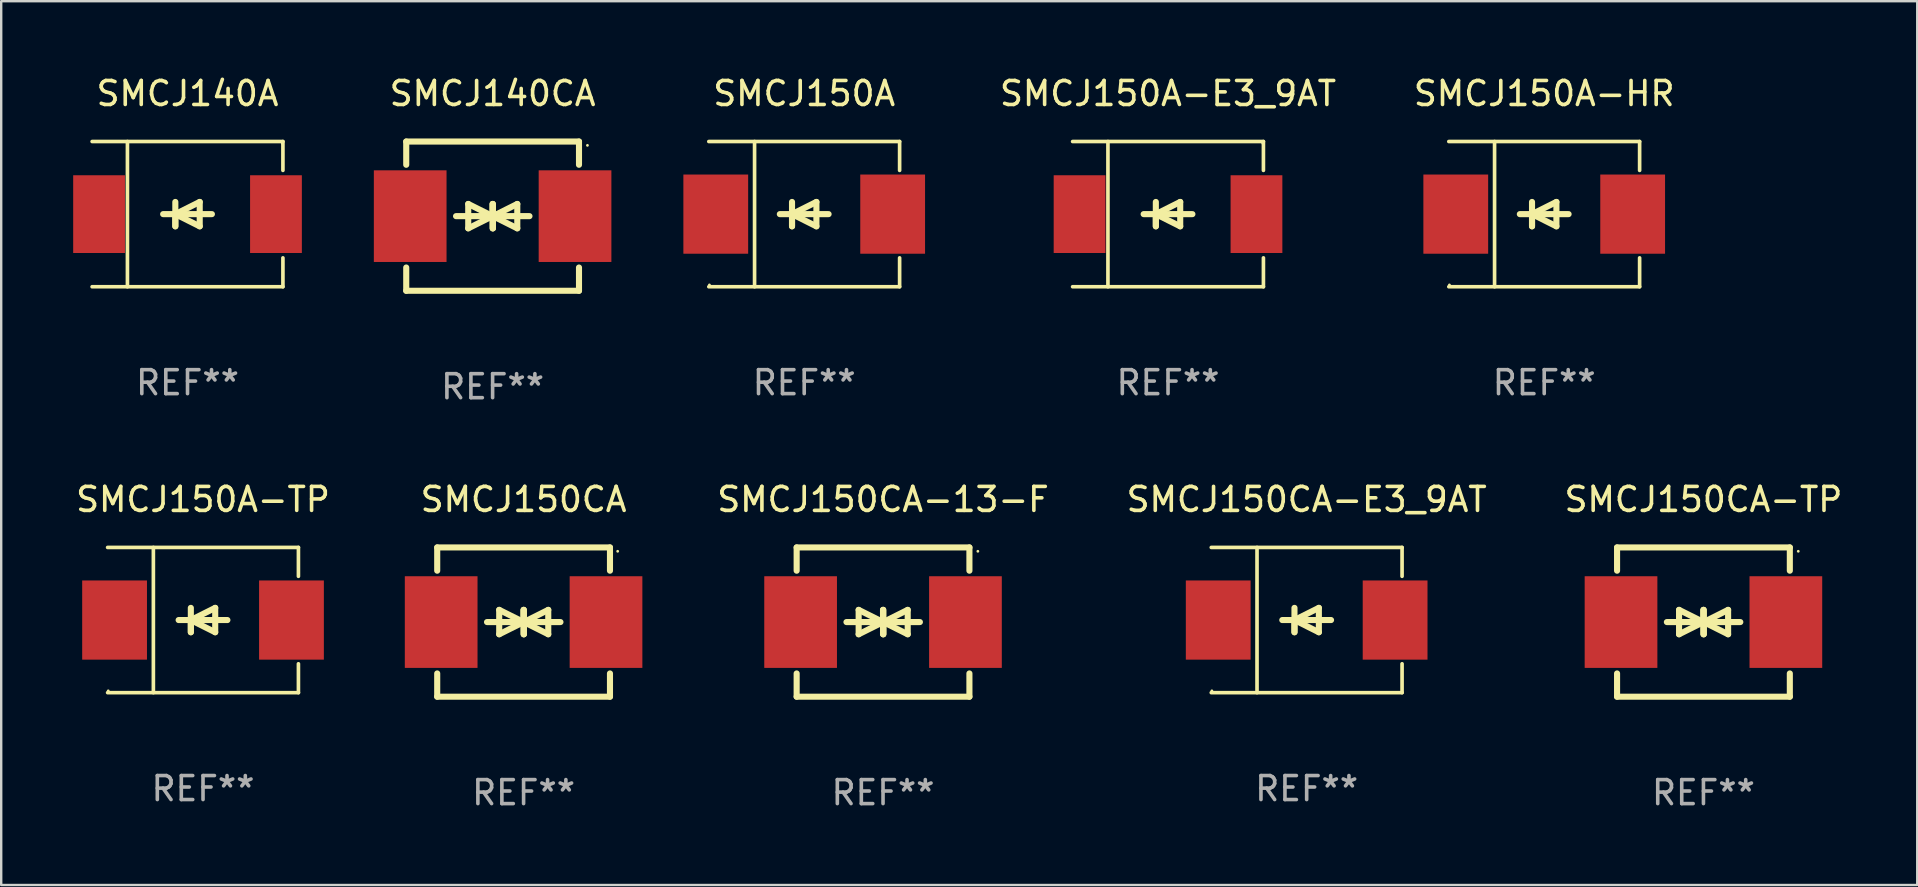
<source format=kicad_pcb>
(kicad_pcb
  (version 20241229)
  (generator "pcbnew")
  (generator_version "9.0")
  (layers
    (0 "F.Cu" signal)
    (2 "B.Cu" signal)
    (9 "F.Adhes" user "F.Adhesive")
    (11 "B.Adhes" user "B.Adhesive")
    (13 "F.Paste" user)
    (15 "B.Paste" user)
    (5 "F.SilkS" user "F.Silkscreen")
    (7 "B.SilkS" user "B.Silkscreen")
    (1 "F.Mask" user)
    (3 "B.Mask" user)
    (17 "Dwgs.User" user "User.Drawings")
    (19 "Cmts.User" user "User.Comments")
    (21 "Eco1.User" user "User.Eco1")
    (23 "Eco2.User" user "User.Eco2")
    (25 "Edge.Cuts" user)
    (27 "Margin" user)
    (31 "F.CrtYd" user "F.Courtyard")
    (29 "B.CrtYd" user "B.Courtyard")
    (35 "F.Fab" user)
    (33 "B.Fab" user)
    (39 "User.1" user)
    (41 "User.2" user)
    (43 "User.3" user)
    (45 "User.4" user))
  (footprint "SMCJ150A-HR"
    (layer "F.Cu")
    (at 61.306 5.874)
    (property "Reference" "SMCJ150A-HR" (at 0 -5.026 0) (layer "F.SilkS") (effects (font (size 1 1) (thickness 0.15))))
    (attr through_hole)
    (fp_line (start -3.976 -3.026) (end 3.976 -3.026) (stroke (width 0.152) (type solid)) (layer "F.SilkS"))
    (fp_line (start -3.976 3.026) (end 3.976 3.026) (stroke (width 0.152) (type solid)) (layer "F.SilkS"))
    (fp_line (start -2.069 -3.026) (end -2.069 3.026) (stroke (width 0.152) (type solid)) (layer "F.SilkS"))
    (fp_line (start -0.508 0) (end -0.508 0.508) (stroke (width 0.254) (type solid)) (layer "F.SilkS"))
    (fp_line (start -0.508 0) (end 0.508 0.508) (stroke (width 0.254) (type solid)) (layer "F.SilkS"))
    (fp_line (start -0.508 0.508) (end -0.508 -0.508) (stroke (width 0.254) (type solid)) (layer "F.SilkS"))
    (fp_line (start 0.508 -0.508) (end -0.508 0) (stroke (width 0.254) (type solid)) (layer "F.SilkS"))
    (fp_line (start 0.508 0.508) (end 0.508 -0.508) (stroke (width 0.254) (type solid)) (layer "F.SilkS"))
    (fp_line (start 1.016 0) (end -1.016 0) (stroke (width 0.254) (type solid)) (layer "F.SilkS"))
    (fp_line (start 3.976 -3.026) (end 3.976 -1.823) (stroke (width 0.152) (type solid)) (layer "F.SilkS"))
    (fp_line (start 3.976 3.026) (end 3.976 1.823) (stroke (width 0.152) (type solid)) (layer "F.SilkS"))
    (fp_circle (center -3.95 2.95) (end -3.92 2.95) (stroke (width 0.06) (type solid)) (fill no) (layer "F.SilkS"))
    (fp_text user "REF**" (at 0 7.026 0) (layer "F.Fab") (effects (font (size 1 1) (thickness 0.15))))
    (pad "1" smd rect (at -3.686 0) (size 2.7 3.3) (layers "F.Cu" "F.Mask" "F.Paste"))
    (pad "2" smd rect (at 3.686 0) (size 2.7 3.3) (layers "F.Cu" "F.Mask" "F.Paste")))
  (footprint "SMCJ150CA-TP"
    (layer "F.Cu")
    (at 67.942 22.875)
    (property "Reference" "SMCJ150CA-TP" (at 0 -5.11 0) (layer "F.SilkS") (effects (font (size 1 1) (thickness 0.15))))
    (attr through_hole)
    (fp_line (start -3.6 -2.141) (end -3.6 -3.11) (stroke (width 0.254) (type solid)) (layer "F.SilkS"))
    (fp_line (start -3.6 3.11) (end -3.6 2.141) (stroke (width 0.254) (type solid)) (layer "F.SilkS"))
    (fp_line (start -1.524 0) (end 0.508 0) (stroke (width 0.254) (type solid)) (layer "F.SilkS"))
    (fp_line (start -1.016 -0.508) (end -1.016 0.508) (stroke (width 0.254) (type solid)) (layer "F.SilkS"))
    (fp_line (start -1.016 0.508) (end 0 0) (stroke (width 0.254) (type solid)) (layer "F.SilkS"))
    (fp_line (start 0 -0.508) (end 0 0.508) (stroke (width 0.254) (type solid)) (layer "F.SilkS"))
    (fp_line (start 0 0) (end -1.016 -0.508) (stroke (width 0.254) (type solid)) (layer "F.SilkS"))
    (fp_line (start 0 0) (end 0 -0.508) (stroke (width 0.254) (type solid)) (layer "F.SilkS"))
    (fp_line (start 0.012 0) (end 0.012 0.508) (stroke (width 0.254) (type solid)) (layer "F.SilkS"))
    (fp_line (start 0.012 0) (end 1.028 0.508) (stroke (width 0.254) (type solid)) (layer "F.SilkS"))
    (fp_line (start 0.012 0.508) (end 0.012 -0.508) (stroke (width 0.254) (type solid)) (layer "F.SilkS"))
    (fp_line (start 1.028 -0.508) (end 0.012 0) (stroke (width 0.254) (type solid)) (layer "F.SilkS"))
    (fp_line (start 1.028 0.508) (end 1.028 -0.508) (stroke (width 0.254) (type solid)) (layer "F.SilkS"))
    (fp_line (start 1.536 0) (end -0.496 0) (stroke (width 0.254) (type solid)) (layer "F.SilkS"))
    (fp_line (start 3.6 -3.11) (end -3.6 -3.11) (stroke (width 0.254) (type solid)) (layer "F.SilkS"))
    (fp_line (start 3.6 -2.141) (end 3.6 -3.11) (stroke (width 0.254) (type solid)) (layer "F.SilkS"))
    (fp_line (start 3.6 3.11) (end -3.6 3.11) (stroke (width 0.254) (type solid)) (layer "F.SilkS"))
    (fp_line (start 3.6 3.11) (end 3.6 2.141) (stroke (width 0.254) (type solid)) (layer "F.SilkS"))
    (fp_circle (center 3.952 -2.95) (end 3.982 -2.95) (stroke (width 0.06) (type solid)) (fill no) (layer "F.SilkS"))
    (fp_text user "REF**" (at 0 7.11 0) (layer "F.Fab") (effects (font (size 1 1) (thickness 0.15))))
    (pad "1" smd rect (at 3.435 0) (size 3.03 3.82) (layers "F.Cu" "F.Mask" "F.Paste"))
    (pad "2" smd rect (at -3.435 0) (size 3.03 3.82) (layers "F.Cu" "F.Mask" "F.Paste")))
  (footprint "SMCJ140A"
    (layer "F.Cu")
    (at 4.765 5.874)
    (property "Reference" "SMCJ140A" (at 0 -5.026 0) (layer "F.SilkS") (effects (font (size 1 1) (thickness 0.15))))
    (attr through_hole)
    (fp_line (start -3.976 -3.026) (end 3.976 -3.026) (stroke (width 0.152) (type solid)) (layer "F.SilkS"))
    (fp_line (start -3.976 3.026) (end 3.976 3.026) (stroke (width 0.152) (type solid)) (layer "F.SilkS"))
    (fp_line (start -2.504 -3.026) (end -2.504 3.026) (stroke (width 0.152) (type solid)) (layer "F.SilkS"))
    (fp_line (start -0.508 0) (end -0.508 0.508) (stroke (width 0.254) (type solid)) (layer "F.SilkS"))
    (fp_line (start -0.508 0) (end 0.508 0.508) (stroke (width 0.254) (type solid)) (layer "F.SilkS"))
    (fp_line (start -0.508 0.508) (end -0.508 -0.508) (stroke (width 0.254) (type solid)) (layer "F.SilkS"))
    (fp_line (start 0.508 -0.508) (end -0.508 0) (stroke (width 0.254) (type solid)) (layer "F.SilkS"))
    (fp_line (start 0.508 0.508) (end 0.508 -0.508) (stroke (width 0.254) (type solid)) (layer "F.SilkS"))
    (fp_line (start 1.016 0) (end -1.016 0) (stroke (width 0.254) (type solid)) (layer "F.SilkS"))
    (fp_line (start 3.976 -3.026) (end 3.976 -1.823) (stroke (width 0.152) (type solid)) (layer "F.SilkS"))
    (fp_line (start 3.976 3.026) (end 3.976 1.823) (stroke (width 0.152) (type solid)) (layer "F.SilkS"))
    (fp_circle (center 3.95 -2.95) (end 3.98 -2.95) (stroke (width 0.06) (type solid)) (fill no) (layer "F.SilkS"))
    (fp_text user "REF**" (at 0 7.026 0) (layer "F.Fab") (effects (font (size 1 1) (thickness 0.15))))
    (pad "1" smd rect (at 3.686 0 180) (size 2.158 3.24) (layers "F.Cu" "F.Mask" "F.Paste"))
    (pad "2" smd rect (at -3.686 0 180) (size 2.158 3.24) (layers "F.Cu" "F.Mask" "F.Paste")))
  (footprint "SMCJ150A"
    (layer "F.Cu")
    (at 30.466 5.874)
    (property "Reference" "SMCJ150A" (at 0 -5.026 0) (layer "F.SilkS") (effects (font (size 1 1) (thickness 0.15))))
    (attr through_hole)
    (fp_line (start -3.976 -3.026) (end 3.976 -3.026) (stroke (width 0.152) (type solid)) (layer "F.SilkS"))
    (fp_line (start -3.976 3.026) (end 3.976 3.026) (stroke (width 0.152) (type solid)) (layer "F.SilkS"))
    (fp_line (start -2.069 -3.026) (end -2.069 3.026) (stroke (width 0.152) (type solid)) (layer "F.SilkS"))
    (fp_line (start -0.508 0) (end -0.508 0.508) (stroke (width 0.254) (type solid)) (layer "F.SilkS"))
    (fp_line (start -0.508 0) (end 0.508 0.508) (stroke (width 0.254) (type solid)) (layer "F.SilkS"))
    (fp_line (start -0.508 0.508) (end -0.508 -0.508) (stroke (width 0.254) (type solid)) (layer "F.SilkS"))
    (fp_line (start 0.508 -0.508) (end -0.508 0) (stroke (width 0.254) (type solid)) (layer "F.SilkS"))
    (fp_line (start 0.508 0.508) (end 0.508 -0.508) (stroke (width 0.254) (type solid)) (layer "F.SilkS"))
    (fp_line (start 1.016 0) (end -1.016 0) (stroke (width 0.254) (type solid)) (layer "F.SilkS"))
    (fp_line (start 3.976 -3.026) (end 3.976 -1.823) (stroke (width 0.152) (type solid)) (layer "F.SilkS"))
    (fp_line (start 3.976 3.026) (end 3.976 1.823) (stroke (width 0.152) (type solid)) (layer "F.SilkS"))
    (fp_circle (center -3.95 2.95) (end -3.92 2.95) (stroke (width 0.06) (type solid)) (fill no) (layer "F.SilkS"))
    (fp_text user "REF**" (at 0 7.026 0) (layer "F.Fab") (effects (font (size 1 1) (thickness 0.15))))
    (pad "1" smd rect (at -3.686 0) (size 2.7 3.3) (layers "F.Cu" "F.Mask" "F.Paste"))
    (pad "2" smd rect (at 3.686 0) (size 2.7 3.3) (layers "F.Cu" "F.Mask" "F.Paste")))
  (footprint "SMCJ150A-TP"
    (layer "F.Cu")
    (at 5.411 22.791)
    (property "Reference" "SMCJ150A-TP" (at 0 -5.026 0) (layer "F.SilkS") (effects (font (size 1 1) (thickness 0.15))))
    (attr through_hole)
    (fp_line (start -3.976 -3.026) (end 3.976 -3.026) (stroke (width 0.152) (type solid)) (layer "F.SilkS"))
    (fp_line (start -3.976 3.026) (end 3.976 3.026) (stroke (width 0.152) (type solid)) (layer "F.SilkS"))
    (fp_line (start -2.069 -3.026) (end -2.069 3.026) (stroke (width 0.152) (type solid)) (layer "F.SilkS"))
    (fp_line (start -0.508 0) (end -0.508 0.508) (stroke (width 0.254) (type solid)) (layer "F.SilkS"))
    (fp_line (start -0.508 0) (end 0.508 0.508) (stroke (width 0.254) (type solid)) (layer "F.SilkS"))
    (fp_line (start -0.508 0.508) (end -0.508 -0.508) (stroke (width 0.254) (type solid)) (layer "F.SilkS"))
    (fp_line (start 0.508 -0.508) (end -0.508 0) (stroke (width 0.254) (type solid)) (layer "F.SilkS"))
    (fp_line (start 0.508 0.508) (end 0.508 -0.508) (stroke (width 0.254) (type solid)) (layer "F.SilkS"))
    (fp_line (start 1.016 0) (end -1.016 0) (stroke (width 0.254) (type solid)) (layer "F.SilkS"))
    (fp_line (start 3.976 -3.026) (end 3.976 -1.823) (stroke (width 0.152) (type solid)) (layer "F.SilkS"))
    (fp_line (start 3.976 3.026) (end 3.976 1.823) (stroke (width 0.152) (type solid)) (layer "F.SilkS"))
    (fp_circle (center -3.95 2.95) (end -3.92 2.95) (stroke (width 0.06) (type solid)) (fill no) (layer "F.SilkS"))
    (fp_text user "REF**" (at 0 7.026 0) (layer "F.Fab") (effects (font (size 1 1) (thickness 0.15))))
    (pad "1" smd rect (at -3.686 0) (size 2.7 3.3) (layers "F.Cu" "F.Mask" "F.Paste"))
    (pad "2" smd rect (at 3.686 0) (size 2.7 3.3) (layers "F.Cu" "F.Mask" "F.Paste")))
  (footprint "SMCJ150CA-E3_9AT"
    (layer "F.Cu")
    (at 51.406 22.791)
    (property "Reference" "SMCJ150CA-E3_9AT" (at 0 -5.026 0) (layer "F.SilkS") (effects (font (size 1 1) (thickness 0.15))))
    (attr through_hole)
    (fp_line (start -3.976 -3.026) (end 3.976 -3.026) (stroke (width 0.152) (type solid)) (layer "F.SilkS"))
    (fp_line (start -3.976 3.026) (end 3.976 3.026) (stroke (width 0.152) (type solid)) (layer "F.SilkS"))
    (fp_line (start -2.069 -3.026) (end -2.069 3.026) (stroke (width 0.152) (type solid)) (layer "F.SilkS"))
    (fp_line (start -0.508 0) (end -0.508 0.508) (stroke (width 0.254) (type solid)) (layer "F.SilkS"))
    (fp_line (start -0.508 0) (end 0.508 0.508) (stroke (width 0.254) (type solid)) (layer "F.SilkS"))
    (fp_line (start -0.508 0.508) (end -0.508 -0.508) (stroke (width 0.254) (type solid)) (layer "F.SilkS"))
    (fp_line (start 0.508 -0.508) (end -0.508 0) (stroke (width 0.254) (type solid)) (layer "F.SilkS"))
    (fp_line (start 0.508 0.508) (end 0.508 -0.508) (stroke (width 0.254) (type solid)) (layer "F.SilkS"))
    (fp_line (start 1.016 0) (end -1.016 0) (stroke (width 0.254) (type solid)) (layer "F.SilkS"))
    (fp_line (start 3.976 -3.026) (end 3.976 -1.823) (stroke (width 0.152) (type solid)) (layer "F.SilkS"))
    (fp_line (start 3.976 3.026) (end 3.976 1.823) (stroke (width 0.152) (type solid)) (layer "F.SilkS"))
    (fp_circle (center -3.95 2.95) (end -3.92 2.95) (stroke (width 0.06) (type solid)) (fill no) (layer "F.SilkS"))
    (fp_text user "REF**" (at 0 7.026 0) (layer "F.Fab") (effects (font (size 1 1) (thickness 0.15))))
    (pad "1" smd rect (at -3.686 0) (size 2.7 3.3) (layers "F.Cu" "F.Mask" "F.Paste"))
    (pad "2" smd rect (at 3.686 0) (size 2.7 3.3) (layers "F.Cu" "F.Mask" "F.Paste")))
  (footprint "SMCJ150CA-13-F"
    (layer "F.Cu")
    (at 33.751 22.875)
    (property "Reference" "SMCJ150CA-13-F" (at 0 -5.11 0) (layer "F.SilkS") (effects (font (size 1 1) (thickness 0.15))))
    (attr through_hole)
    (fp_line (start -3.6 -2.141) (end -3.6 -3.11) (stroke (width 0.254) (type solid)) (layer "F.SilkS"))
    (fp_line (start -3.6 3.11) (end -3.6 2.141) (stroke (width 0.254) (type solid)) (layer "F.SilkS"))
    (fp_line (start -1.524 0) (end 0.508 0) (stroke (width 0.254) (type solid)) (layer "F.SilkS"))
    (fp_line (start -1.016 -0.508) (end -1.016 0.508) (stroke (width 0.254) (type solid)) (layer "F.SilkS"))
    (fp_line (start -1.016 0.508) (end 0 0) (stroke (width 0.254) (type solid)) (layer "F.SilkS"))
    (fp_line (start 0 -0.508) (end 0 0.508) (stroke (width 0.254) (type solid)) (layer "F.SilkS"))
    (fp_line (start 0 0) (end -1.016 -0.508) (stroke (width 0.254) (type solid)) (layer "F.SilkS"))
    (fp_line (start 0 0) (end 0 -0.508) (stroke (width 0.254) (type solid)) (layer "F.SilkS"))
    (fp_line (start 0.012 0) (end 0.012 0.508) (stroke (width 0.254) (type solid)) (layer "F.SilkS"))
    (fp_line (start 0.012 0) (end 1.028 0.508) (stroke (width 0.254) (type solid)) (layer "F.SilkS"))
    (fp_line (start 0.012 0.508) (end 0.012 -0.508) (stroke (width 0.254) (type solid)) (layer "F.SilkS"))
    (fp_line (start 1.028 -0.508) (end 0.012 0) (stroke (width 0.254) (type solid)) (layer "F.SilkS"))
    (fp_line (start 1.028 0.508) (end 1.028 -0.508) (stroke (width 0.254) (type solid)) (layer "F.SilkS"))
    (fp_line (start 1.536 0) (end -0.496 0) (stroke (width 0.254) (type solid)) (layer "F.SilkS"))
    (fp_line (start 3.6 -3.11) (end -3.6 -3.11) (stroke (width 0.254) (type solid)) (layer "F.SilkS"))
    (fp_line (start 3.6 -2.141) (end 3.6 -3.11) (stroke (width 0.254) (type solid)) (layer "F.SilkS"))
    (fp_line (start 3.6 3.11) (end -3.6 3.11) (stroke (width 0.254) (type solid)) (layer "F.SilkS"))
    (fp_line (start 3.6 3.11) (end 3.6 2.141) (stroke (width 0.254) (type solid)) (layer "F.SilkS"))
    (fp_circle (center 3.952 -2.95) (end 3.982 -2.95) (stroke (width 0.06) (type solid)) (fill no) (layer "F.SilkS"))
    (fp_text user "REF**" (at 0 7.11 0) (layer "F.Fab") (effects (font (size 1 1) (thickness 0.15))))
    (pad "1" smd rect (at 3.435 0) (size 3.03 3.82) (layers "F.Cu" "F.Mask" "F.Paste"))
    (pad "2" smd rect (at -3.435 0) (size 3.03 3.82) (layers "F.Cu" "F.Mask" "F.Paste")))
  (footprint "SMCJ140CA"
    (layer "F.Cu")
    (at 17.48 5.958)
    (property "Reference" "SMCJ140CA" (at 0 -5.11 0) (layer "F.SilkS") (effects (font (size 1 1) (thickness 0.15))))
    (attr through_hole)
    (fp_line (start -3.6 -2.141) (end -3.6 -3.11) (stroke (width 0.254) (type solid)) (layer "F.SilkS"))
    (fp_line (start -3.6 3.11) (end -3.6 2.141) (stroke (width 0.254) (type solid)) (layer "F.SilkS"))
    (fp_line (start -1.524 0) (end 0.508 0) (stroke (width 0.254) (type solid)) (layer "F.SilkS"))
    (fp_line (start -1.016 -0.508) (end -1.016 0.508) (stroke (width 0.254) (type solid)) (layer "F.SilkS"))
    (fp_line (start -1.016 0.508) (end 0 0) (stroke (width 0.254) (type solid)) (layer "F.SilkS"))
    (fp_line (start 0 -0.508) (end 0 0.508) (stroke (width 0.254) (type solid)) (layer "F.SilkS"))
    (fp_line (start 0 0) (end -1.016 -0.508) (stroke (width 0.254) (type solid)) (layer "F.SilkS"))
    (fp_line (start 0 0) (end 0 -0.508) (stroke (width 0.254) (type solid)) (layer "F.SilkS"))
    (fp_line (start 0.012 0) (end 0.012 0.508) (stroke (width 0.254) (type solid)) (layer "F.SilkS"))
    (fp_line (start 0.012 0) (end 1.028 0.508) (stroke (width 0.254) (type solid)) (layer "F.SilkS"))
    (fp_line (start 0.012 0.508) (end 0.012 -0.508) (stroke (width 0.254) (type solid)) (layer "F.SilkS"))
    (fp_line (start 1.028 -0.508) (end 0.012 0) (stroke (width 0.254) (type solid)) (layer "F.SilkS"))
    (fp_line (start 1.028 0.508) (end 1.028 -0.508) (stroke (width 0.254) (type solid)) (layer "F.SilkS"))
    (fp_line (start 1.536 0) (end -0.496 0) (stroke (width 0.254) (type solid)) (layer "F.SilkS"))
    (fp_line (start 3.6 -3.11) (end -3.6 -3.11) (stroke (width 0.254) (type solid)) (layer "F.SilkS"))
    (fp_line (start 3.6 -2.141) (end 3.6 -3.11) (stroke (width 0.254) (type solid)) (layer "F.SilkS"))
    (fp_line (start 3.6 3.11) (end -3.6 3.11) (stroke (width 0.254) (type solid)) (layer "F.SilkS"))
    (fp_line (start 3.6 3.11) (end 3.6 2.141) (stroke (width 0.254) (type solid)) (layer "F.SilkS"))
    (fp_circle (center 3.952 -2.95) (end 3.982 -2.95) (stroke (width 0.06) (type solid)) (fill no) (layer "F.SilkS"))
    (fp_text user "REF**" (at 0 7.11 0) (layer "F.Fab") (effects (font (size 1 1) (thickness 0.15))))
    (pad "1" smd rect (at 3.435 0) (size 3.03 3.82) (layers "F.Cu" "F.Mask" "F.Paste"))
    (pad "2" smd rect (at -3.435 0) (size 3.03 3.82) (layers "F.Cu" "F.Mask" "F.Paste")))
  (footprint "SMCJ150A-E3_9AT"
    (layer "F.Cu")
    (at 45.628 5.874)
    (property "Reference" "SMCJ150A-E3_9AT" (at 0 -5.026 0) (layer "F.SilkS") (effects (font (size 1 1) (thickness 0.15))))
    (attr through_hole)
    (fp_line (start -3.976 -3.026) (end 3.976 -3.026) (stroke (width 0.152) (type solid)) (layer "F.SilkS"))
    (fp_line (start -3.976 3.026) (end 3.976 3.026) (stroke (width 0.152) (type solid)) (layer "F.SilkS"))
    (fp_line (start -2.504 -3.026) (end -2.504 3.026) (stroke (width 0.152) (type solid)) (layer "F.SilkS"))
    (fp_line (start -0.508 0) (end -0.508 0.508) (stroke (width 0.254) (type solid)) (layer "F.SilkS"))
    (fp_line (start -0.508 0) (end 0.508 0.508) (stroke (width 0.254) (type solid)) (layer "F.SilkS"))
    (fp_line (start -0.508 0.508) (end -0.508 -0.508) (stroke (width 0.254) (type solid)) (layer "F.SilkS"))
    (fp_line (start 0.508 -0.508) (end -0.508 0) (stroke (width 0.254) (type solid)) (layer "F.SilkS"))
    (fp_line (start 0.508 0.508) (end 0.508 -0.508) (stroke (width 0.254) (type solid)) (layer "F.SilkS"))
    (fp_line (start 1.016 0) (end -1.016 0) (stroke (width 0.254) (type solid)) (layer "F.SilkS"))
    (fp_line (start 3.976 -3.026) (end 3.976 -1.823) (stroke (width 0.152) (type solid)) (layer "F.SilkS"))
    (fp_line (start 3.976 3.026) (end 3.976 1.823) (stroke (width 0.152) (type solid)) (layer "F.SilkS"))
    (fp_circle (center 3.95 -2.95) (end 3.98 -2.95) (stroke (width 0.06) (type solid)) (fill no) (layer "F.SilkS"))
    (fp_text user "REF**" (at 0 7.026 0) (layer "F.Fab") (effects (font (size 1 1) (thickness 0.15))))
    (pad "1" smd rect (at 3.686 0 180) (size 2.158 3.24) (layers "F.Cu" "F.Mask" "F.Paste"))
    (pad "2" smd rect (at -3.686 0 180) (size 2.158 3.24) (layers "F.Cu" "F.Mask" "F.Paste")))
  (footprint "SMCJ150CA"
    (layer "F.Cu")
    (at 18.771 22.875)
    (property "Reference" "SMCJ150CA" (at 0 -5.11 0) (layer "F.SilkS") (effects (font (size 1 1) (thickness 0.15))))
    (attr through_hole)
    (fp_line (start -3.6 -2.141) (end -3.6 -3.11) (stroke (width 0.254) (type solid)) (layer "F.SilkS"))
    (fp_line (start -3.6 3.11) (end -3.6 2.141) (stroke (width 0.254) (type solid)) (layer "F.SilkS"))
    (fp_line (start -1.524 0) (end 0.508 0) (stroke (width 0.254) (type solid)) (layer "F.SilkS"))
    (fp_line (start -1.016 -0.508) (end -1.016 0.508) (stroke (width 0.254) (type solid)) (layer "F.SilkS"))
    (fp_line (start -1.016 0.508) (end 0 0) (stroke (width 0.254) (type solid)) (layer "F.SilkS"))
    (fp_line (start 0 -0.508) (end 0 0.508) (stroke (width 0.254) (type solid)) (layer "F.SilkS"))
    (fp_line (start 0 0) (end -1.016 -0.508) (stroke (width 0.254) (type solid)) (layer "F.SilkS"))
    (fp_line (start 0 0) (end 0 -0.508) (stroke (width 0.254) (type solid)) (layer "F.SilkS"))
    (fp_line (start 0.012 0) (end 0.012 0.508) (stroke (width 0.254) (type solid)) (layer "F.SilkS"))
    (fp_line (start 0.012 0) (end 1.028 0.508) (stroke (width 0.254) (type solid)) (layer "F.SilkS"))
    (fp_line (start 0.012 0.508) (end 0.012 -0.508) (stroke (width 0.254) (type solid)) (layer "F.SilkS"))
    (fp_line (start 1.028 -0.508) (end 0.012 0) (stroke (width 0.254) (type solid)) (layer "F.SilkS"))
    (fp_line (start 1.028 0.508) (end 1.028 -0.508) (stroke (width 0.254) (type solid)) (layer "F.SilkS"))
    (fp_line (start 1.536 0) (end -0.496 0) (stroke (width 0.254) (type solid)) (layer "F.SilkS"))
    (fp_line (start 3.6 -3.11) (end -3.6 -3.11) (stroke (width 0.254) (type solid)) (layer "F.SilkS"))
    (fp_line (start 3.6 -2.141) (end 3.6 -3.11) (stroke (width 0.254) (type solid)) (layer "F.SilkS"))
    (fp_line (start 3.6 3.11) (end -3.6 3.11) (stroke (width 0.254) (type solid)) (layer "F.SilkS"))
    (fp_line (start 3.6 3.11) (end 3.6 2.141) (stroke (width 0.254) (type solid)) (layer "F.SilkS"))
    (fp_circle (center 3.921 -2.95) (end 3.951 -2.95) (stroke (width 0.06) (type solid)) (fill no) (layer "F.SilkS"))
    (fp_text user "REF**" (at 0 7.11 0) (layer "F.Fab") (effects (font (size 1 1) (thickness 0.15))))
    (pad "1" smd rect (at 3.435 0) (size 3.03 3.82) (layers "F.Cu" "F.Mask" "F.Paste"))
    (pad "2" smd rect (at -3.435 0) (size 3.03 3.82) (layers "F.Cu" "F.Mask" "F.Paste")))
  (gr_rect
    (start -3 -3)
    (end 76.852 33.833)
    (stroke (width 0.1) (type default))
    (fill no)
    (layer "Edge.Cuts")))
</source>
